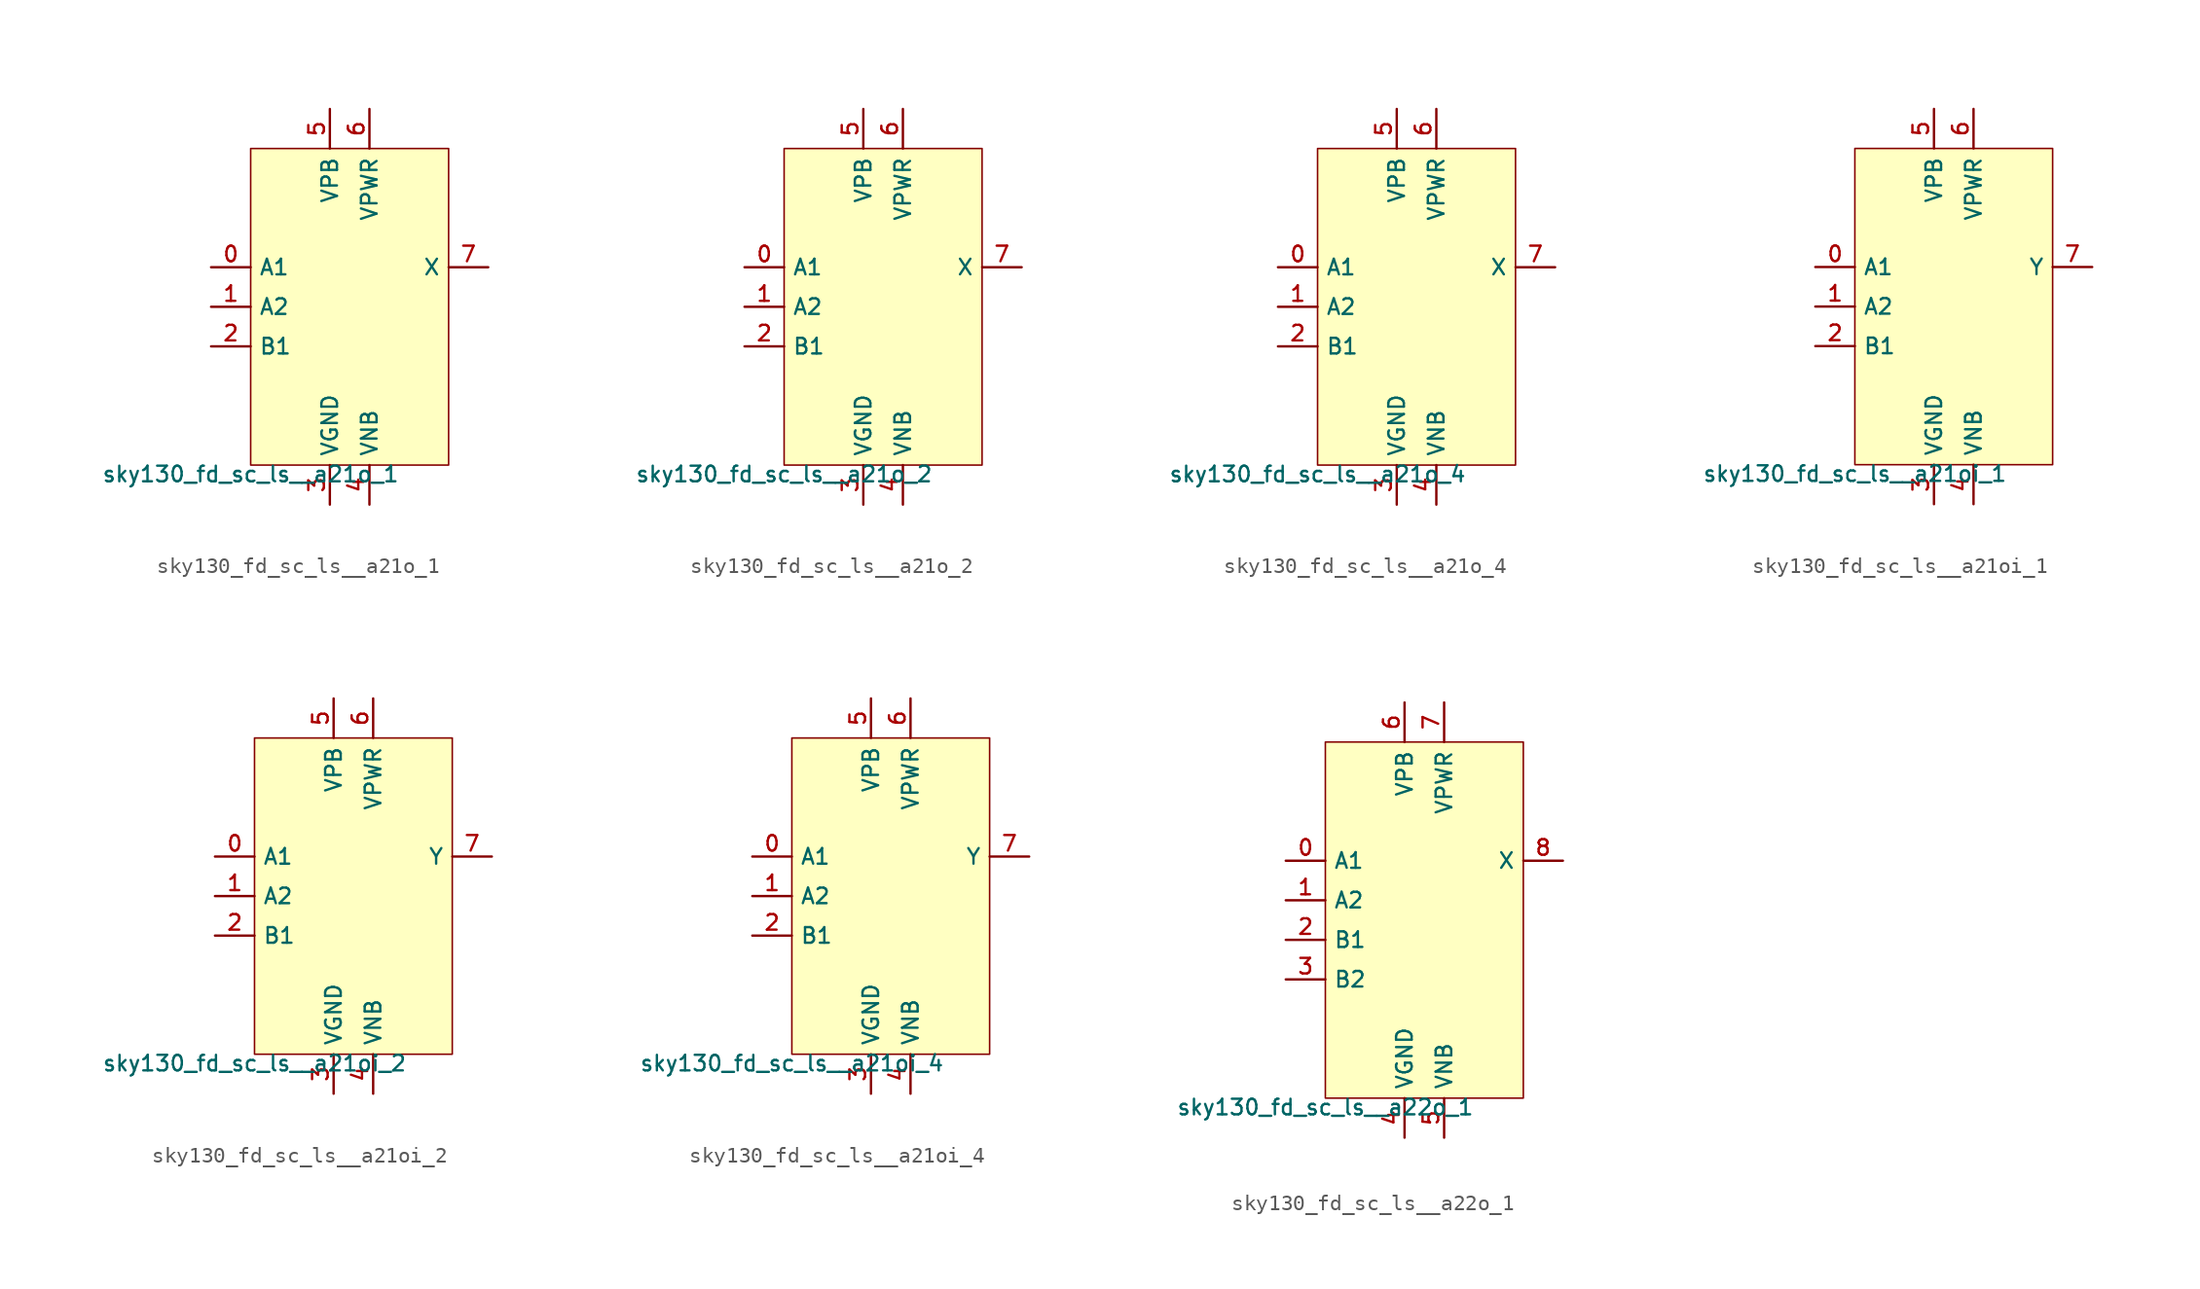
<source format=kicad_sym>
(kicad_symbol_lib
  (version 20211014)
  (generator lef2kicad_sym)
  (symbol "sky130_fd_sc_ls__a21o_1"
    (property "Reference" "X"
      (at 0 0 0)
      (effects (font (size 1 1)) hide))
    (property "Value" "sky130_fd_sc_ls__a21o_1"
      (at -6.35 -10.16 0)
      (effects (font (size 1 1)) (justify top)))
    (rectangle
      (start -6.35 -10.16)
      (end 6.35 10.16)
      (stroke (width 0.1) (type solid) (color 0 0 0 0))
      (fill (type background)))
    (pin input line
      (at -8.89 2.54 0)
      (length 2.54)
      (name "A1" (effects (font (size 1 1)) hide))
      (number "0" (effects (font (size 1 1)) hide)))
    (pin input line
      (at -8.89 0.0 0)
      (length 2.54)
      (name "A2" (effects (font (size 1 1)) hide))
      (number "1" (effects (font (size 1 1)) hide)))
    (pin input line
      (at -8.89 -2.54 0)
      (length 2.54)
      (name "B1" (effects (font (size 1 1)) hide))
      (number "2" (effects (font (size 1 1)) hide)))
    (pin power_in line
      (at -1.27 -12.7 90)
      (length 2.54)
      (name "VGND" (effects (font (size 1 1)) hide))
      (number "3" (effects (font (size 1 1)) hide)))
    (pin power_in line
      (at 1.27 -12.7 90)
      (length 2.54)
      (name "VNB" (effects (font (size 1 1)) hide))
      (number "4" (effects (font (size 1 1)) hide)))
    (pin power_in line
      (at -1.27 12.7 270)
      (length 2.54)
      (name "VPB" (effects (font (size 1 1)) hide))
      (number "5" (effects (font (size 1 1)) hide)))
    (pin power_in line
      (at 1.27 12.7 270)
      (length 2.54)
      (name "VPWR" (effects (font (size 1 1)) hide))
      (number "6" (effects (font (size 1 1)) hide)))
    (pin output line
      (at 8.89 2.54 180)
      (length 2.54)
      (name "X" (effects (font (size 1 1)) hide))
      (number "7" (effects (font (size 1 1)) hide))))
  (symbol "sky130_fd_sc_ls__a21o_2"
    (property "Reference" "X"
      (at 0 0 0)
      (effects (font (size 1 1)) hide))
    (property "Value" "sky130_fd_sc_ls__a21o_2"
      (at -6.35 -10.16 0)
      (effects (font (size 1 1)) (justify top)))
    (rectangle
      (start -6.35 -10.16)
      (end 6.35 10.16)
      (stroke (width 0.1) (type solid) (color 0 0 0 0))
      (fill (type background)))
    (pin input line
      (at -8.89 2.54 0)
      (length 2.54)
      (name "A1" (effects (font (size 1 1)) hide))
      (number "0" (effects (font (size 1 1)) hide)))
    (pin input line
      (at -8.89 0.0 0)
      (length 2.54)
      (name "A2" (effects (font (size 1 1)) hide))
      (number "1" (effects (font (size 1 1)) hide)))
    (pin input line
      (at -8.89 -2.54 0)
      (length 2.54)
      (name "B1" (effects (font (size 1 1)) hide))
      (number "2" (effects (font (size 1 1)) hide)))
    (pin power_in line
      (at -1.27 -12.7 90)
      (length 2.54)
      (name "VGND" (effects (font (size 1 1)) hide))
      (number "3" (effects (font (size 1 1)) hide)))
    (pin power_in line
      (at 1.27 -12.7 90)
      (length 2.54)
      (name "VNB" (effects (font (size 1 1)) hide))
      (number "4" (effects (font (size 1 1)) hide)))
    (pin power_in line
      (at -1.27 12.7 270)
      (length 2.54)
      (name "VPB" (effects (font (size 1 1)) hide))
      (number "5" (effects (font (size 1 1)) hide)))
    (pin power_in line
      (at 1.27 12.7 270)
      (length 2.54)
      (name "VPWR" (effects (font (size 1 1)) hide))
      (number "6" (effects (font (size 1 1)) hide)))
    (pin output line
      (at 8.89 2.54 180)
      (length 2.54)
      (name "X" (effects (font (size 1 1)) hide))
      (number "7" (effects (font (size 1 1)) hide))))
  (symbol "sky130_fd_sc_ls__a21o_4"
    (property "Reference" "X"
      (at 0 0 0)
      (effects (font (size 1 1)) hide))
    (property "Value" "sky130_fd_sc_ls__a21o_4"
      (at -6.35 -10.16 0)
      (effects (font (size 1 1)) (justify top)))
    (rectangle
      (start -6.35 -10.16)
      (end 6.35 10.16)
      (stroke (width 0.1) (type solid) (color 0 0 0 0))
      (fill (type background)))
    (pin input line
      (at -8.89 2.54 0)
      (length 2.54)
      (name "A1" (effects (font (size 1 1)) hide))
      (number "0" (effects (font (size 1 1)) hide)))
    (pin input line
      (at -8.89 0.0 0)
      (length 2.54)
      (name "A2" (effects (font (size 1 1)) hide))
      (number "1" (effects (font (size 1 1)) hide)))
    (pin input line
      (at -8.89 -2.54 0)
      (length 2.54)
      (name "B1" (effects (font (size 1 1)) hide))
      (number "2" (effects (font (size 1 1)) hide)))
    (pin power_in line
      (at -1.27 -12.7 90)
      (length 2.54)
      (name "VGND" (effects (font (size 1 1)) hide))
      (number "3" (effects (font (size 1 1)) hide)))
    (pin power_in line
      (at 1.27 -12.7 90)
      (length 2.54)
      (name "VNB" (effects (font (size 1 1)) hide))
      (number "4" (effects (font (size 1 1)) hide)))
    (pin power_in line
      (at -1.27 12.7 270)
      (length 2.54)
      (name "VPB" (effects (font (size 1 1)) hide))
      (number "5" (effects (font (size 1 1)) hide)))
    (pin power_in line
      (at 1.27 12.7 270)
      (length 2.54)
      (name "VPWR" (effects (font (size 1 1)) hide))
      (number "6" (effects (font (size 1 1)) hide)))
    (pin output line
      (at 8.89 2.54 180)
      (length 2.54)
      (name "X" (effects (font (size 1 1)) hide))
      (number "7" (effects (font (size 1 1)) hide))))
  (symbol "sky130_fd_sc_ls__a21oi_1"
    (property "Reference" "X"
      (at 0 0 0)
      (effects (font (size 1 1)) hide))
    (property "Value" "sky130_fd_sc_ls__a21oi_1"
      (at -6.35 -10.16 0)
      (effects (font (size 1 1)) (justify top)))
    (rectangle
      (start -6.35 -10.16)
      (end 6.35 10.16)
      (stroke (width 0.1) (type solid) (color 0 0 0 0))
      (fill (type background)))
    (pin input line
      (at -8.89 2.54 0)
      (length 2.54)
      (name "A1" (effects (font (size 1 1)) hide))
      (number "0" (effects (font (size 1 1)) hide)))
    (pin input line
      (at -8.89 0.0 0)
      (length 2.54)
      (name "A2" (effects (font (size 1 1)) hide))
      (number "1" (effects (font (size 1 1)) hide)))
    (pin input line
      (at -8.89 -2.54 0)
      (length 2.54)
      (name "B1" (effects (font (size 1 1)) hide))
      (number "2" (effects (font (size 1 1)) hide)))
    (pin power_in line
      (at -1.27 -12.7 90)
      (length 2.54)
      (name "VGND" (effects (font (size 1 1)) hide))
      (number "3" (effects (font (size 1 1)) hide)))
    (pin power_in line
      (at 1.27 -12.7 90)
      (length 2.54)
      (name "VNB" (effects (font (size 1 1)) hide))
      (number "4" (effects (font (size 1 1)) hide)))
    (pin power_in line
      (at -1.27 12.7 270)
      (length 2.54)
      (name "VPB" (effects (font (size 1 1)) hide))
      (number "5" (effects (font (size 1 1)) hide)))
    (pin power_in line
      (at 1.27 12.7 270)
      (length 2.54)
      (name "VPWR" (effects (font (size 1 1)) hide))
      (number "6" (effects (font (size 1 1)) hide)))
    (pin output line
      (at 8.89 2.54 180)
      (length 2.54)
      (name "Y" (effects (font (size 1 1)) hide))
      (number "7" (effects (font (size 1 1)) hide))))
  (symbol "sky130_fd_sc_ls__a21oi_2"
    (property "Reference" "X"
      (at 0 0 0)
      (effects (font (size 1 1)) hide))
    (property "Value" "sky130_fd_sc_ls__a21oi_2"
      (at -6.35 -10.16 0)
      (effects (font (size 1 1)) (justify top)))
    (rectangle
      (start -6.35 -10.16)
      (end 6.35 10.16)
      (stroke (width 0.1) (type solid) (color 0 0 0 0))
      (fill (type background)))
    (pin input line
      (at -8.89 2.54 0)
      (length 2.54)
      (name "A1" (effects (font (size 1 1)) hide))
      (number "0" (effects (font (size 1 1)) hide)))
    (pin input line
      (at -8.89 0.0 0)
      (length 2.54)
      (name "A2" (effects (font (size 1 1)) hide))
      (number "1" (effects (font (size 1 1)) hide)))
    (pin input line
      (at -8.89 -2.54 0)
      (length 2.54)
      (name "B1" (effects (font (size 1 1)) hide))
      (number "2" (effects (font (size 1 1)) hide)))
    (pin power_in line
      (at -1.27 -12.7 90)
      (length 2.54)
      (name "VGND" (effects (font (size 1 1)) hide))
      (number "3" (effects (font (size 1 1)) hide)))
    (pin power_in line
      (at 1.27 -12.7 90)
      (length 2.54)
      (name "VNB" (effects (font (size 1 1)) hide))
      (number "4" (effects (font (size 1 1)) hide)))
    (pin power_in line
      (at -1.27 12.7 270)
      (length 2.54)
      (name "VPB" (effects (font (size 1 1)) hide))
      (number "5" (effects (font (size 1 1)) hide)))
    (pin power_in line
      (at 1.27 12.7 270)
      (length 2.54)
      (name "VPWR" (effects (font (size 1 1)) hide))
      (number "6" (effects (font (size 1 1)) hide)))
    (pin output line
      (at 8.89 2.54 180)
      (length 2.54)
      (name "Y" (effects (font (size 1 1)) hide))
      (number "7" (effects (font (size 1 1)) hide))))
  (symbol "sky130_fd_sc_ls__a21oi_4"
    (property "Reference" "X"
      (at 0 0 0)
      (effects (font (size 1 1)) hide))
    (property "Value" "sky130_fd_sc_ls__a21oi_4"
      (at -6.35 -10.16 0)
      (effects (font (size 1 1)) (justify top)))
    (rectangle
      (start -6.35 -10.16)
      (end 6.35 10.16)
      (stroke (width 0.1) (type solid) (color 0 0 0 0))
      (fill (type background)))
    (pin input line
      (at -8.89 2.54 0)
      (length 2.54)
      (name "A1" (effects (font (size 1 1)) hide))
      (number "0" (effects (font (size 1 1)) hide)))
    (pin input line
      (at -8.89 0.0 0)
      (length 2.54)
      (name "A2" (effects (font (size 1 1)) hide))
      (number "1" (effects (font (size 1 1)) hide)))
    (pin input line
      (at -8.89 -2.54 0)
      (length 2.54)
      (name "B1" (effects (font (size 1 1)) hide))
      (number "2" (effects (font (size 1 1)) hide)))
    (pin power_in line
      (at -1.27 -12.7 90)
      (length 2.54)
      (name "VGND" (effects (font (size 1 1)) hide))
      (number "3" (effects (font (size 1 1)) hide)))
    (pin power_in line
      (at 1.27 -12.7 90)
      (length 2.54)
      (name "VNB" (effects (font (size 1 1)) hide))
      (number "4" (effects (font (size 1 1)) hide)))
    (pin power_in line
      (at -1.27 12.7 270)
      (length 2.54)
      (name "VPB" (effects (font (size 1 1)) hide))
      (number "5" (effects (font (size 1 1)) hide)))
    (pin power_in line
      (at 1.27 12.7 270)
      (length 2.54)
      (name "VPWR" (effects (font (size 1 1)) hide))
      (number "6" (effects (font (size 1 1)) hide)))
    (pin output line
      (at 8.89 2.54 180)
      (length 2.54)
      (name "Y" (effects (font (size 1 1)) hide))
      (number "7" (effects (font (size 1 1)) hide))))
  (symbol "sky130_fd_sc_ls__a22o_1"
    (property "Reference" "X"
      (at 0 0 0)
      (effects (font (size 1 1)) hide))
    (property "Value" "sky130_fd_sc_ls__a22o_1"
      (at -6.35 -11.43 0)
      (effects (font (size 1 1)) (justify top)))
    (rectangle
      (start -6.35 -11.43)
      (end 6.35 11.43)
      (stroke (width 0.1) (type solid) (color 0 0 0 0))
      (fill (type background)))
    (pin input line
      (at -8.89 3.81 0)
      (length 2.54)
      (name "A1" (effects (font (size 1 1)) hide))
      (number "0" (effects (font (size 1 1)) hide)))
    (pin input line
      (at -8.89 1.27 0)
      (length 2.54)
      (name "A2" (effects (font (size 1 1)) hide))
      (number "1" (effects (font (size 1 1)) hide)))
    (pin input line
      (at -8.89 -1.27 0)
      (length 2.54)
      (name "B1" (effects (font (size 1 1)) hide))
      (number "2" (effects (font (size 1 1)) hide)))
    (pin input line
      (at -8.89 -3.81 0)
      (length 2.54)
      (name "B2" (effects (font (size 1 1)) hide))
      (number "3" (effects (font (size 1 1)) hide)))
    (pin power_in line
      (at -1.27 -13.97 90)
      (length 2.54)
      (name "VGND" (effects (font (size 1 1)) hide))
      (number "4" (effects (font (size 1 1)) hide)))
    (pin power_in line
      (at 1.27 -13.97 90)
      (length 2.54)
      (name "VNB" (effects (font (size 1 1)) hide))
      (number "5" (effects (font (size 1 1)) hide)))
    (pin power_in line
      (at -1.27 13.97 270)
      (length 2.54)
      (name "VPB" (effects (font (size 1 1)) hide))
      (number "6" (effects (font (size 1 1)) hide)))
    (pin power_in line
      (at 1.27 13.97 270)
      (length 2.54)
      (name "VPWR" (effects (font (size 1 1)) hide))
      (number "7" (effects (font (size 1 1)) hide)))
    (pin output line
      (at 8.89 3.81 180)
      (length 2.54)
      (name "X" (effects (font (size 1 1)) hide))
      (number "8" (effects (font (size 1 1)) hide)))))
</source>
